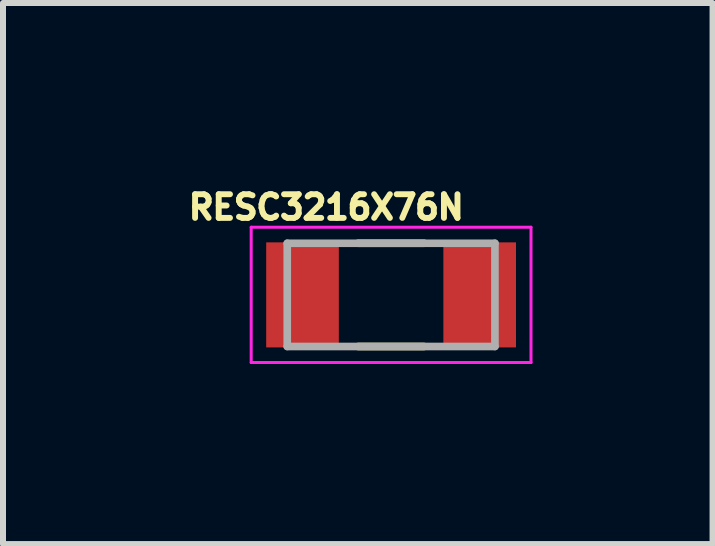
<source format=kicad_pcb>
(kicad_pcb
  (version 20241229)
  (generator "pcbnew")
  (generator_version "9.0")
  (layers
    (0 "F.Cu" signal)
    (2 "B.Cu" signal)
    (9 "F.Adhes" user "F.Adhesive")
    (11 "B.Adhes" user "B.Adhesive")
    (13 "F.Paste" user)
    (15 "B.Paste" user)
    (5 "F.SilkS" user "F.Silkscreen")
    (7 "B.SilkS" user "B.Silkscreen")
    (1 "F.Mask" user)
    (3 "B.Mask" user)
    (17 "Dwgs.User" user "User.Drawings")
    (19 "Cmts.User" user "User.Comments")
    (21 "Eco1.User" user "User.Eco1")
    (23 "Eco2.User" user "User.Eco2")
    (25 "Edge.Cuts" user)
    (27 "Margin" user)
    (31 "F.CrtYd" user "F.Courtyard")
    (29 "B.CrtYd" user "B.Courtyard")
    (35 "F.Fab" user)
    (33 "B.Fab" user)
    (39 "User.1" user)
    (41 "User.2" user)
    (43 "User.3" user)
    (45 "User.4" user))
  (footprint "RESC3216X76N"
    (layer "F.Cu")
    (at 3.466 1.863)
    (property "Reference" "RESC3216X76N" (at -1.08 -1.46 0) (layer "F.SilkS") (effects (font (size 0.394 0.394) (thickness 0.15))))
    (attr smd)
    (fp_line (start -0.55 -0.86) (end 0.55 -0.86) (stroke (width 0.127) (type solid)) (layer "F.SilkS"))
    (fp_line (start -0.55 0.86) (end 0.55 0.86) (stroke (width 0.127) (type solid)) (layer "F.SilkS"))
    (fp_line (start -2.331 -1.127) (end 2.331 -1.127) (stroke (width 0.05) (type solid)) (layer "F.CrtYd"))
    (fp_line (start -2.331 1.127) (end -2.331 -1.127) (stroke (width 0.05) (type solid)) (layer "F.CrtYd"))
    (fp_line (start -2.331 1.127) (end 2.331 1.127) (stroke (width 0.05) (type solid)) (layer "F.CrtYd"))
    (fp_line (start 2.331 1.127) (end 2.331 -1.127) (stroke (width 0.05) (type solid)) (layer "F.CrtYd"))
    (fp_line (start -1.73 0.86) (end -1.73 -0.86) (stroke (width 0.127) (type solid)) (layer "F.Fab"))
    (fp_line (start 1.73 -0.86) (end -1.73 -0.86) (stroke (width 0.127) (type solid)) (layer "F.Fab"))
    (fp_line (start 1.73 0.86) (end -1.73 0.86) (stroke (width 0.127) (type solid)) (layer "F.Fab"))
    (fp_line (start 1.73 0.86) (end 1.73 -0.86) (stroke (width 0.127) (type solid)) (layer "F.Fab"))
    (pad "1" smd rect (at -1.476 0) (size 1.21 1.75) (layers "F.Cu" "F.Mask" "F.Paste"))
    (pad "2" smd rect (at 1.476 0) (size 1.21 1.75) (layers "F.Cu" "F.Mask" "F.Paste")))
  (gr_rect
    (start -3 -3)
    (end 8.822 6.015)
    (stroke (width 0.1) (type default))
    (fill no)
    (layer "Edge.Cuts")))
</source>
